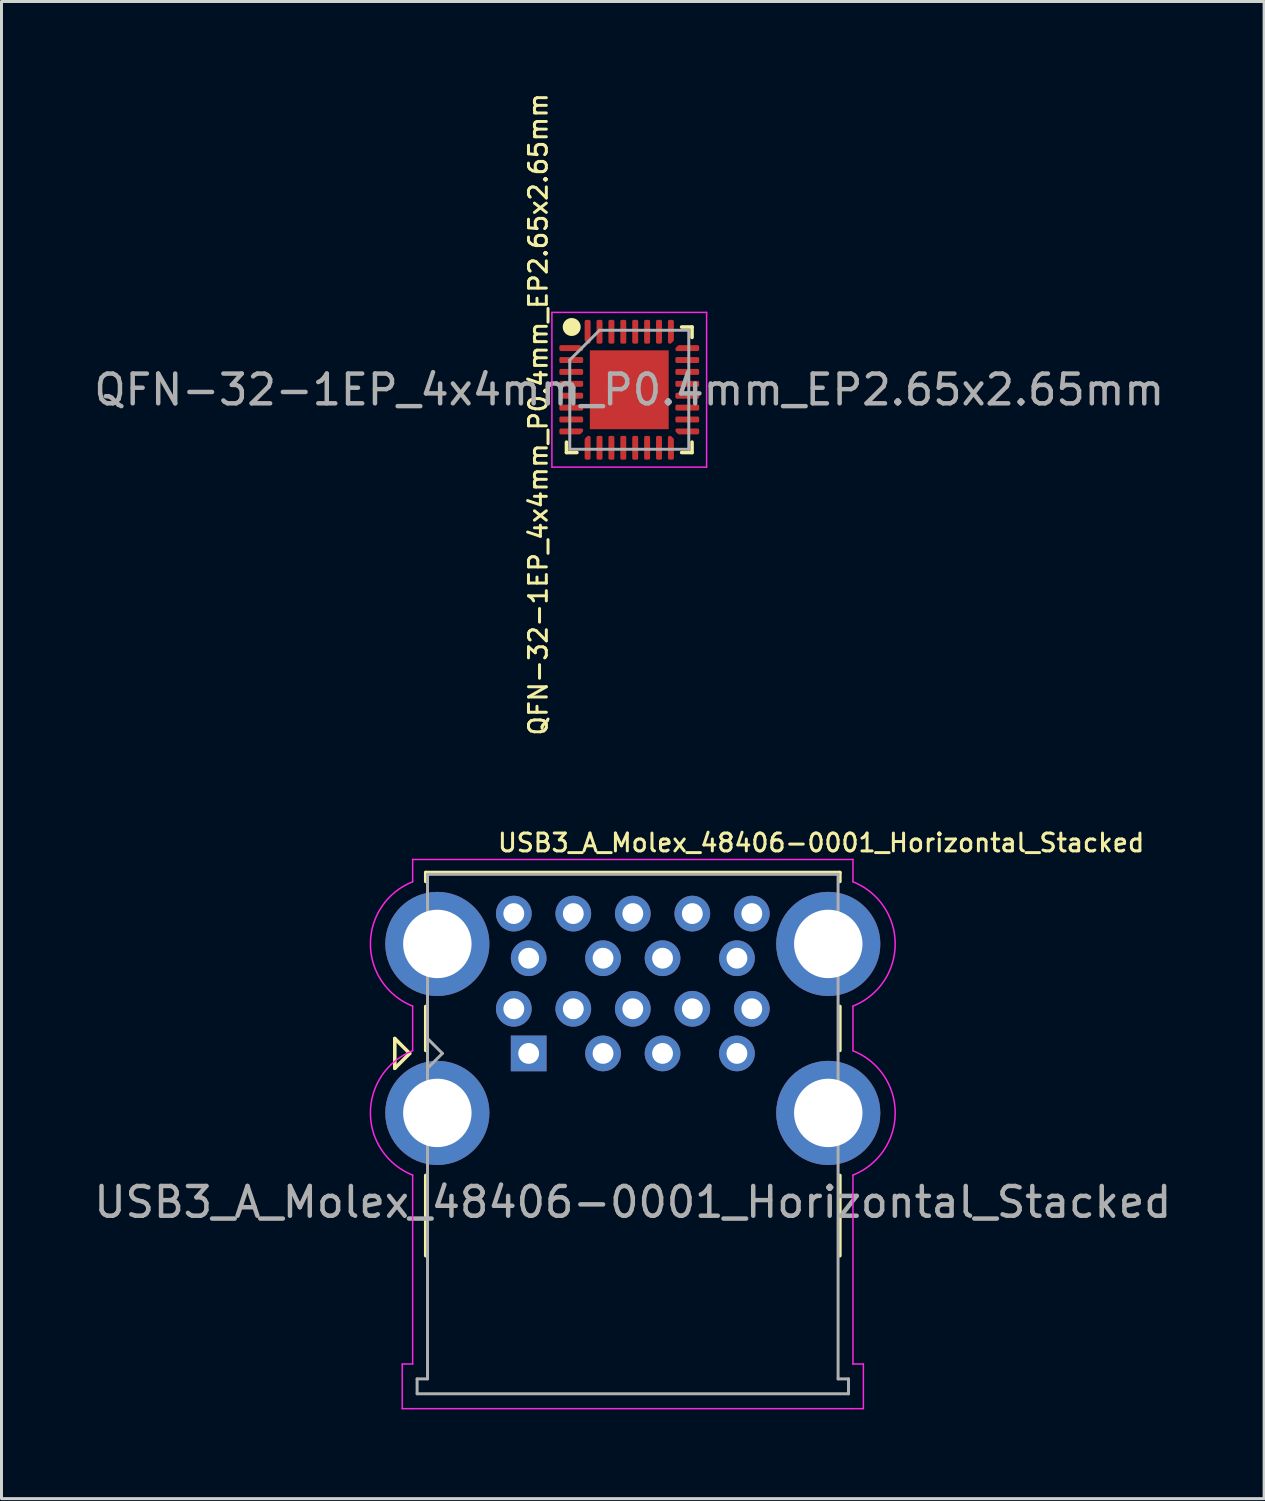
<source format=kicad_pcb>
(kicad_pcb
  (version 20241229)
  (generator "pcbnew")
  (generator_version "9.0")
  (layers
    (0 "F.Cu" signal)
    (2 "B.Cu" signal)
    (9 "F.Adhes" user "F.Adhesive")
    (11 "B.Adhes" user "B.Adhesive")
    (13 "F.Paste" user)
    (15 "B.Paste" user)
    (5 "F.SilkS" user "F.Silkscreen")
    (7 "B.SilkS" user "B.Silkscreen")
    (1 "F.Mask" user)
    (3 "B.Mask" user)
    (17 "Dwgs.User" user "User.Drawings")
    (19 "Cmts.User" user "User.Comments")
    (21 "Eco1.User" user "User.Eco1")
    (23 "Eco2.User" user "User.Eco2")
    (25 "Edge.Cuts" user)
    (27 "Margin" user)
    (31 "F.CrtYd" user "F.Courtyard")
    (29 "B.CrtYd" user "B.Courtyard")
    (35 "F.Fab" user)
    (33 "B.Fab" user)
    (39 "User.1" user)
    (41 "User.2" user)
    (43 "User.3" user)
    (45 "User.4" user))
  (footprint "QFN-32-1EP_4x4mm_P0.4mm_EP2.65x2.65mm"
    (layer "F.Cu")
    (at 18.101 10.051)
    (property "Reference" "QFN-32-1EP_4x4mm_P0.4mm_EP2.65x2.65mm" (at -3.06 0.825 270) (layer "F.SilkS") (effects (font (size 0.6 0.6) (thickness 0.1))))
    (attr smd)
    (fp_line (start -2.11 2.11) (end -2.11 1.76) (stroke (width 0.12) (type solid)) (layer "F.SilkS"))
    (fp_line (start -1.76 -2.11) (end -2.11 -2.11) (stroke (width 0.12) (type solid)) (layer "F.SilkS"))
    (fp_line (start -1.76 2.11) (end -2.11 2.11) (stroke (width 0.12) (type solid)) (layer "F.SilkS"))
    (fp_line (start 1.76 -2.11) (end 2.11 -2.11) (stroke (width 0.12) (type solid)) (layer "F.SilkS"))
    (fp_line (start 1.76 2.11) (end 2.11 2.11) (stroke (width 0.12) (type solid)) (layer "F.SilkS"))
    (fp_line (start 2.11 -2.11) (end 2.11 -1.76) (stroke (width 0.12) (type solid)) (layer "F.SilkS"))
    (fp_line (start 2.11 2.11) (end 2.11 1.76) (stroke (width 0.12) (type solid)) (layer "F.SilkS"))
    (fp_circle (center -1.935 -2.11) (end -1.683 -2.11) (stroke (width 0.1) (type solid)) (fill yes) (layer "F.SilkS"))
    (fp_line (start -2.6 -2.6) (end -2.6 2.6) (stroke (width 0.05) (type solid)) (layer "F.CrtYd"))
    (fp_line (start -2.6 2.6) (end 2.6 2.6) (stroke (width 0.05) (type solid)) (layer "F.CrtYd"))
    (fp_line (start 2.6 -2.6) (end -2.6 -2.6) (stroke (width 0.05) (type solid)) (layer "F.CrtYd"))
    (fp_line (start 2.6 2.6) (end 2.6 -2.6) (stroke (width 0.05) (type solid)) (layer "F.CrtYd"))
    (fp_line (start -2 -1) (end -1 -2) (stroke (width 0.1) (type solid)) (layer "F.Fab"))
    (fp_line (start -2 2) (end -2 -1) (stroke (width 0.1) (type solid)) (layer "F.Fab"))
    (fp_line (start -1 -2) (end 2 -2) (stroke (width 0.1) (type solid)) (layer "F.Fab"))
    (fp_line (start 2 -2) (end 2 2) (stroke (width 0.1) (type solid)) (layer "F.Fab"))
    (fp_line (start 2 2) (end -2 2) (stroke (width 0.1) (type solid)) (layer "F.Fab"))
    (fp_text user "${REFERENCE}" (at 0 0 0) (layer "F.Fab") (effects (font (size 1 1) (thickness 0.15))))
    (pad "" smd roundrect (at -0.66 -0.66) (size 1.07 1.07) (layers "F.Paste") (roundrect_rratio 0.234))
    (pad "" smd roundrect (at -0.66 0.66) (size 1.07 1.07) (layers "F.Paste") (roundrect_rratio 0.234))
    (pad "" smd roundrect (at 0.66 -0.66) (size 1.07 1.07) (layers "F.Paste") (roundrect_rratio 0.234))
    (pad "" smd roundrect (at 0.66 0.66) (size 1.07 1.07) (layers "F.Paste") (roundrect_rratio 0.234))
    (pad "1" smd custom (at -1.95 -1.4) (size 0.129 0.129) (layers "F.Cu" "F.Mask" "F.Paste") (options (anchor circle)) (primitives (gr_poly (pts (xy 0.35 0.021) (xy 0.35 0.05) (xy -0.35 0.05) (xy -0.35 -0.05) (xy 0.279 -0.05)) (width 0.1) (fill yes))))
    (pad "2" smd roundrect (at -1.95 -1) (size 0.8 0.2) (layers "F.Cu" "F.Mask" "F.Paste") (roundrect_rratio 0.25))
    (pad "3" smd roundrect (at -1.95 -0.6) (size 0.8 0.2) (layers "F.Cu" "F.Mask" "F.Paste") (roundrect_rratio 0.25))
    (pad "4" smd roundrect (at -1.95 -0.2) (size 0.8 0.2) (layers "F.Cu" "F.Mask" "F.Paste") (roundrect_rratio 0.25))
    (pad "5" smd roundrect (at -1.95 0.2) (size 0.8 0.2) (layers "F.Cu" "F.Mask" "F.Paste") (roundrect_rratio 0.25))
    (pad "6" smd roundrect (at -1.95 0.6) (size 0.8 0.2) (layers "F.Cu" "F.Mask" "F.Paste") (roundrect_rratio 0.25))
    (pad "7" smd roundrect (at -1.95 1) (size 0.8 0.2) (layers "F.Cu" "F.Mask" "F.Paste") (roundrect_rratio 0.25))
    (pad "8" smd custom (at -1.95 1.4) (size 0.129 0.129) (layers "F.Cu" "F.Mask" "F.Paste") (options (anchor circle)) (primitives (gr_poly (pts (xy 0.35 -0.021) (xy 0.279 0.05) (xy -0.35 0.05) (xy -0.35 -0.05) (xy 0.35 -0.05)) (width 0.1) (fill yes))))
    (pad "9" smd custom (at -1.4 1.95) (size 0.129 0.129) (layers "F.Cu" "F.Mask" "F.Paste") (options (anchor circle)) (primitives (gr_poly (pts (xy 0.05 0.35) (xy -0.05 0.35) (xy -0.05 -0.279) (xy 0.021 -0.35) (xy 0.05 -0.35)) (width 0.1) (fill yes))))
    (pad "10" smd roundrect (at -1 1.95) (size 0.2 0.8) (layers "F.Cu" "F.Mask" "F.Paste") (roundrect_rratio 0.25))
    (pad "11" smd roundrect (at -0.6 1.95) (size 0.2 0.8) (layers "F.Cu" "F.Mask" "F.Paste") (roundrect_rratio 0.25))
    (pad "12" smd roundrect (at -0.2 1.95) (size 0.2 0.8) (layers "F.Cu" "F.Mask" "F.Paste") (roundrect_rratio 0.25))
    (pad "13" smd roundrect (at 0.2 1.95) (size 0.2 0.8) (layers "F.Cu" "F.Mask" "F.Paste") (roundrect_rratio 0.25))
    (pad "14" smd roundrect (at 0.6 1.95) (size 0.2 0.8) (layers "F.Cu" "F.Mask" "F.Paste") (roundrect_rratio 0.25))
    (pad "15" smd roundrect (at 1 1.95) (size 0.2 0.8) (layers "F.Cu" "F.Mask" "F.Paste") (roundrect_rratio 0.25))
    (pad "16" smd custom (at 1.4 1.95) (size 0.129 0.129) (layers "F.Cu" "F.Mask" "F.Paste") (options (anchor circle)) (primitives (gr_poly (pts (xy 0.05 -0.279) (xy 0.05 0.35) (xy -0.05 0.35) (xy -0.05 -0.35) (xy -0.021 -0.35)) (width 0.1) (fill yes))))
    (pad "17" smd custom (at 1.95 1.4) (size 0.129 0.129) (layers "F.Cu" "F.Mask" "F.Paste") (options (anchor circle)) (primitives (gr_poly (pts (xy 0.35 0.05) (xy -0.279 0.05) (xy -0.35 -0.021) (xy -0.35 -0.05) (xy 0.35 -0.05)) (width 0.1) (fill yes))))
    (pad "18" smd roundrect (at 1.95 1) (size 0.8 0.2) (layers "F.Cu" "F.Mask" "F.Paste") (roundrect_rratio 0.25))
    (pad "19" smd roundrect (at 1.95 0.6) (size 0.8 0.2) (layers "F.Cu" "F.Mask" "F.Paste") (roundrect_rratio 0.25))
    (pad "20" smd roundrect (at 1.95 0.2) (size 0.8 0.2) (layers "F.Cu" "F.Mask" "F.Paste") (roundrect_rratio 0.25))
    (pad "21" smd roundrect (at 1.95 -0.2) (size 0.8 0.2) (layers "F.Cu" "F.Mask" "F.Paste") (roundrect_rratio 0.25))
    (pad "22" smd roundrect (at 1.95 -0.6) (size 0.8 0.2) (layers "F.Cu" "F.Mask" "F.Paste") (roundrect_rratio 0.25))
    (pad "23" smd roundrect (at 1.95 -1) (size 0.8 0.2) (layers "F.Cu" "F.Mask" "F.Paste") (roundrect_rratio 0.25))
    (pad "24" smd custom (at 1.95 -1.4) (size 0.129 0.129) (layers "F.Cu" "F.Mask" "F.Paste") (options (anchor circle)) (primitives (gr_poly (pts (xy 0.35 0.05) (xy -0.35 0.05) (xy -0.35 0.021) (xy -0.279 -0.05) (xy 0.35 -0.05)) (width 0.1) (fill yes))))
    (pad "25" smd custom (at 1.4 -1.95) (size 0.129 0.129) (layers "F.Cu" "F.Mask" "F.Paste") (options (anchor circle)) (primitives (gr_poly (pts (xy 0.05 0.279) (xy -0.021 0.35) (xy -0.05 0.35) (xy -0.05 -0.35) (xy 0.05 -0.35)) (width 0.1) (fill yes))))
    (pad "26" smd roundrect (at 1 -1.95) (size 0.2 0.8) (layers "F.Cu" "F.Mask" "F.Paste") (roundrect_rratio 0.25))
    (pad "27" smd roundrect (at 0.6 -1.95) (size 0.2 0.8) (layers "F.Cu" "F.Mask" "F.Paste") (roundrect_rratio 0.25))
    (pad "28" smd roundrect (at 0.2 -1.95) (size 0.2 0.8) (layers "F.Cu" "F.Mask" "F.Paste") (roundrect_rratio 0.25))
    (pad "29" smd roundrect (at -0.2 -1.95) (size 0.2 0.8) (layers "F.Cu" "F.Mask" "F.Paste") (roundrect_rratio 0.25))
    (pad "30" smd roundrect (at -0.6 -1.95) (size 0.2 0.8) (layers "F.Cu" "F.Mask" "F.Paste") (roundrect_rratio 0.25))
    (pad "31" smd roundrect (at -1 -1.95) (size 0.2 0.8) (layers "F.Cu" "F.Mask" "F.Paste") (roundrect_rratio 0.25))
    (pad "32" smd custom (at -1.4 -1.95) (size 0.129 0.129) (layers "F.Cu" "F.Mask" "F.Paste") (options (anchor circle)) (primitives (gr_poly (pts (xy 0.05 0.35) (xy 0.021 0.35) (xy -0.05 0.279) (xy -0.05 -0.35) (xy 0.05 -0.35)) (width 0.1) (fill yes))))
    (pad "33" smd rect (at 0 0) (size 2.65 2.65) (layers "F.Cu" "F.Mask")))
  (footprint "USB3_A_Molex_48406-0001_Horizontal_Stacked"
    (layer "F.Cu")
    (at 14.72 32.358)
    (property "Reference" "USB3_A_Molex_48406-0001_Horizontal_Stacked" (at 9.83 -7.08 0) (layer "F.SilkS") (effects (font (size 0.6 0.6) (thickness 0.1))))
    (attr through_hole)
    (fp_line (start -4.5 -0.5) (end -4.5 0.5) (stroke (width 0.12) (type solid)) (layer "F.SilkS"))
    (fp_line (start -4.5 0.5) (end -4 0) (stroke (width 0.12) (type solid)) (layer "F.SilkS"))
    (fp_line (start -4 0) (end -4.5 -0.5) (stroke (width 0.12) (type solid)) (layer "F.SilkS"))
    (fp_line (start -3.46 -6.08) (end -3.46 -5.78) (stroke (width 0.12) (type solid)) (layer "F.SilkS"))
    (fp_line (start -3.46 -6.08) (end 10.46 -6.08) (stroke (width 0.12) (type solid)) (layer "F.SilkS"))
    (fp_line (start -3.46 -0.1) (end -3.46 -1.58) (stroke (width 0.12) (type solid)) (layer "F.SilkS"))
    (fp_line (start -3.46 6.8) (end -3.46 4.1) (stroke (width 0.12) (type solid)) (layer "F.SilkS"))
    (fp_line (start 10.46 -6.08) (end 10.46 -5.78) (stroke (width 0.12) (type solid)) (layer "F.SilkS"))
    (fp_line (start 10.46 -0.1) (end 10.46 -1.58) (stroke (width 0.12) (type solid)) (layer "F.SilkS"))
    (fp_line (start 10.46 6.8) (end 10.46 4.1) (stroke (width 0.12) (type solid)) (layer "F.SilkS"))
    (fp_line (start -4.25 10.44) (end -3.9 10.44) (stroke (width 0.05) (type solid)) (layer "F.CrtYd"))
    (fp_line (start -4.25 11.94) (end -4.25 10.44) (stroke (width 0.05) (type solid)) (layer "F.CrtYd"))
    (fp_line (start -3.9 -6.52) (end 10.9 -6.52) (stroke (width 0.05) (type solid)) (layer "F.CrtYd"))
    (fp_line (start -3.9 -5.77) (end -3.9 -6.52) (stroke (width 0.05) (type solid)) (layer "F.CrtYd"))
    (fp_line (start -3.9 -0.09) (end -3.9 -1.59) (stroke (width 0.05) (type solid)) (layer "F.CrtYd"))
    (fp_line (start -3.9 10.44) (end -3.9 4.09) (stroke (width 0.05) (type solid)) (layer "F.CrtYd"))
    (fp_line (start -3.9 11.94) (end -4.25 11.94) (stroke (width 0.05) (type solid)) (layer "F.CrtYd"))
    (fp_line (start -3.9 11.94) (end 10.9 11.94) (stroke (width 0.05) (type solid)) (layer "F.CrtYd"))
    (fp_line (start 10.9 -6.52) (end 10.9 -5.77) (stroke (width 0.05) (type solid)) (layer "F.CrtYd"))
    (fp_line (start 10.9 -1.59) (end 10.9 -0.09) (stroke (width 0.05) (type solid)) (layer "F.CrtYd"))
    (fp_line (start 10.9 4.09) (end 10.9 10.44) (stroke (width 0.05) (type solid)) (layer "F.CrtYd"))
    (fp_line (start 10.9 11.94) (end 11.25 11.94) (stroke (width 0.05) (type solid)) (layer "F.CrtYd"))
    (fp_line (start 11.25 10.44) (end 10.9 10.44) (stroke (width 0.05) (type solid)) (layer "F.CrtYd"))
    (fp_line (start 11.25 11.94) (end 11.25 10.44) (stroke (width 0.05) (type solid)) (layer "F.CrtYd"))
    (fp_arc (start -3.9 -1.59) (mid -5.32 -3.68) (end -3.9 -5.77) (stroke (width 0.05) (type solid)) (layer "F.CrtYd"))
    (fp_arc (start -3.9 4.09) (mid -5.32 2) (end -3.9 -0.09) (stroke (width 0.05) (type solid)) (layer "F.CrtYd"))
    (fp_arc (start 10.9 -5.77) (mid 12.320002 -3.68) (end 10.9 -1.59) (stroke (width 0.05) (type solid)) (layer "F.CrtYd"))
    (fp_arc (start 10.9 -0.09) (mid 12.320002 2) (end 10.9 4.09) (stroke (width 0.05) (type solid)) (layer "F.CrtYd"))
    (fp_line (start -3.75 10.94) (end -3.4 10.94) (stroke (width 0.1) (type default)) (layer "F.Fab"))
    (fp_line (start -3.75 11.44) (end -3.75 10.94) (stroke (width 0.1) (type default)) (layer "F.Fab"))
    (fp_line (start -3.4 -6.02) (end 10.4 -6.02) (stroke (width 0.1) (type solid)) (layer "F.Fab"))
    (fp_line (start -3.4 0.5) (end -2.9 0) (stroke (width 0.1) (type solid)) (layer "F.Fab"))
    (fp_line (start -3.4 10.94) (end -3.4 -6.02) (stroke (width 0.1) (type solid)) (layer "F.Fab"))
    (fp_line (start -2.9 0) (end -3.4 -0.5) (stroke (width 0.1) (type solid)) (layer "F.Fab"))
    (fp_line (start 10.4 -6.02) (end 10.4 10.94) (stroke (width 0.1) (type solid)) (layer "F.Fab"))
    (fp_line (start 10.75 10.94) (end 10.4 10.94) (stroke (width 0.1) (type default)) (layer "F.Fab"))
    (fp_line (start 10.75 11.44) (end -3.75 11.44) (stroke (width 0.1) (type solid)) (layer "F.Fab"))
    (fp_line (start 10.75 11.44) (end 10.75 10.94) (stroke (width 0.1) (type default)) (layer "F.Fab"))
    (fp_text user "${REFERENCE}" (at 3.5 5 0) (layer "F.Fab") (effects (font (size 1 1) (thickness 0.15))))
    (pad "1" thru_hole rect (at 0 0) (size 1.2 1.2) (drill 0.7) (layers "*.Cu" "*.Mask"))
    (pad "2" thru_hole circle (at 2.5 0) (size 1.2 1.2) (drill 0.7) (layers "*.Cu" "*.Mask"))
    (pad "3" thru_hole circle (at 4.5 0) (size 1.2 1.2) (drill 0.7) (layers "*.Cu" "*.Mask"))
    (pad "4" thru_hole circle (at 7 0) (size 1.2 1.2) (drill 0.7) (layers "*.Cu" "*.Mask"))
    (pad "5" thru_hole circle (at 7.5 -1.5) (size 1.2 1.2) (drill 0.7) (layers "*.Cu" "*.Mask"))
    (pad "6" thru_hole circle (at 5.5 -1.5) (size 1.2 1.2) (drill 0.7) (layers "*.Cu" "*.Mask"))
    (pad "7" thru_hole circle (at 3.5 -1.5) (size 1.2 1.2) (drill 0.7) (layers "*.Cu" "*.Mask"))
    (pad "8" thru_hole circle (at 1.5 -1.5) (size 1.2 1.2) (drill 0.7) (layers "*.Cu" "*.Mask"))
    (pad "9" thru_hole circle (at -0.5 -1.5) (size 1.2 1.2) (drill 0.7) (layers "*.Cu" "*.Mask"))
    (pad "10" thru_hole circle (at 0 -3.2) (size 1.2 1.2) (drill 0.7) (layers "*.Cu" "*.Mask"))
    (pad "11" thru_hole circle (at 2.5 -3.2) (size 1.2 1.2) (drill 0.7) (layers "*.Cu" "*.Mask"))
    (pad "12" thru_hole circle (at 4.5 -3.2) (size 1.2 1.2) (drill 0.7) (layers "*.Cu" "*.Mask"))
    (pad "13" thru_hole circle (at 7 -3.2) (size 1.2 1.2) (drill 0.7) (layers "*.Cu" "*.Mask"))
    (pad "14" thru_hole circle (at 7.5 -4.7) (size 1.2 1.2) (drill 0.7) (layers "*.Cu" "*.Mask"))
    (pad "15" thru_hole circle (at 5.5 -4.7) (size 1.2 1.2) (drill 0.7) (layers "*.Cu" "*.Mask"))
    (pad "16" thru_hole circle (at 3.5 -4.7) (size 1.2 1.2) (drill 0.7) (layers "*.Cu" "*.Mask"))
    (pad "17" thru_hole circle (at 1.5 -4.7) (size 1.2 1.2) (drill 0.7) (layers "*.Cu" "*.Mask"))
    (pad "18" thru_hole circle (at -0.5 -4.7) (size 1.2 1.2) (drill 0.7) (layers "*.Cu" "*.Mask"))
    (pad "19" thru_hole circle (at -3.07 -3.68) (size 3.5 3.5) (drill 2.3) (layers "*.Cu" "*.Mask"))
    (pad "19" thru_hole circle (at -3.07 2) (size 3.5 3.5) (drill 2.3) (layers "*.Cu" "*.Mask"))
    (pad "19" thru_hole circle (at 10.07 -3.68) (size 3.5 3.5) (drill 2.3) (layers "*.Cu" "*.Mask"))
    (pad "19" thru_hole circle (at 10.07 2) (size 3.5 3.5) (drill 2.3) (layers "*.Cu" "*.Mask")))
  (gr_rect
    (start -3 -3)
    (end 39.44 47.323)
    (stroke (width 0.1) (type default))
    (fill no)
    (layer "Edge.Cuts")))
</source>
